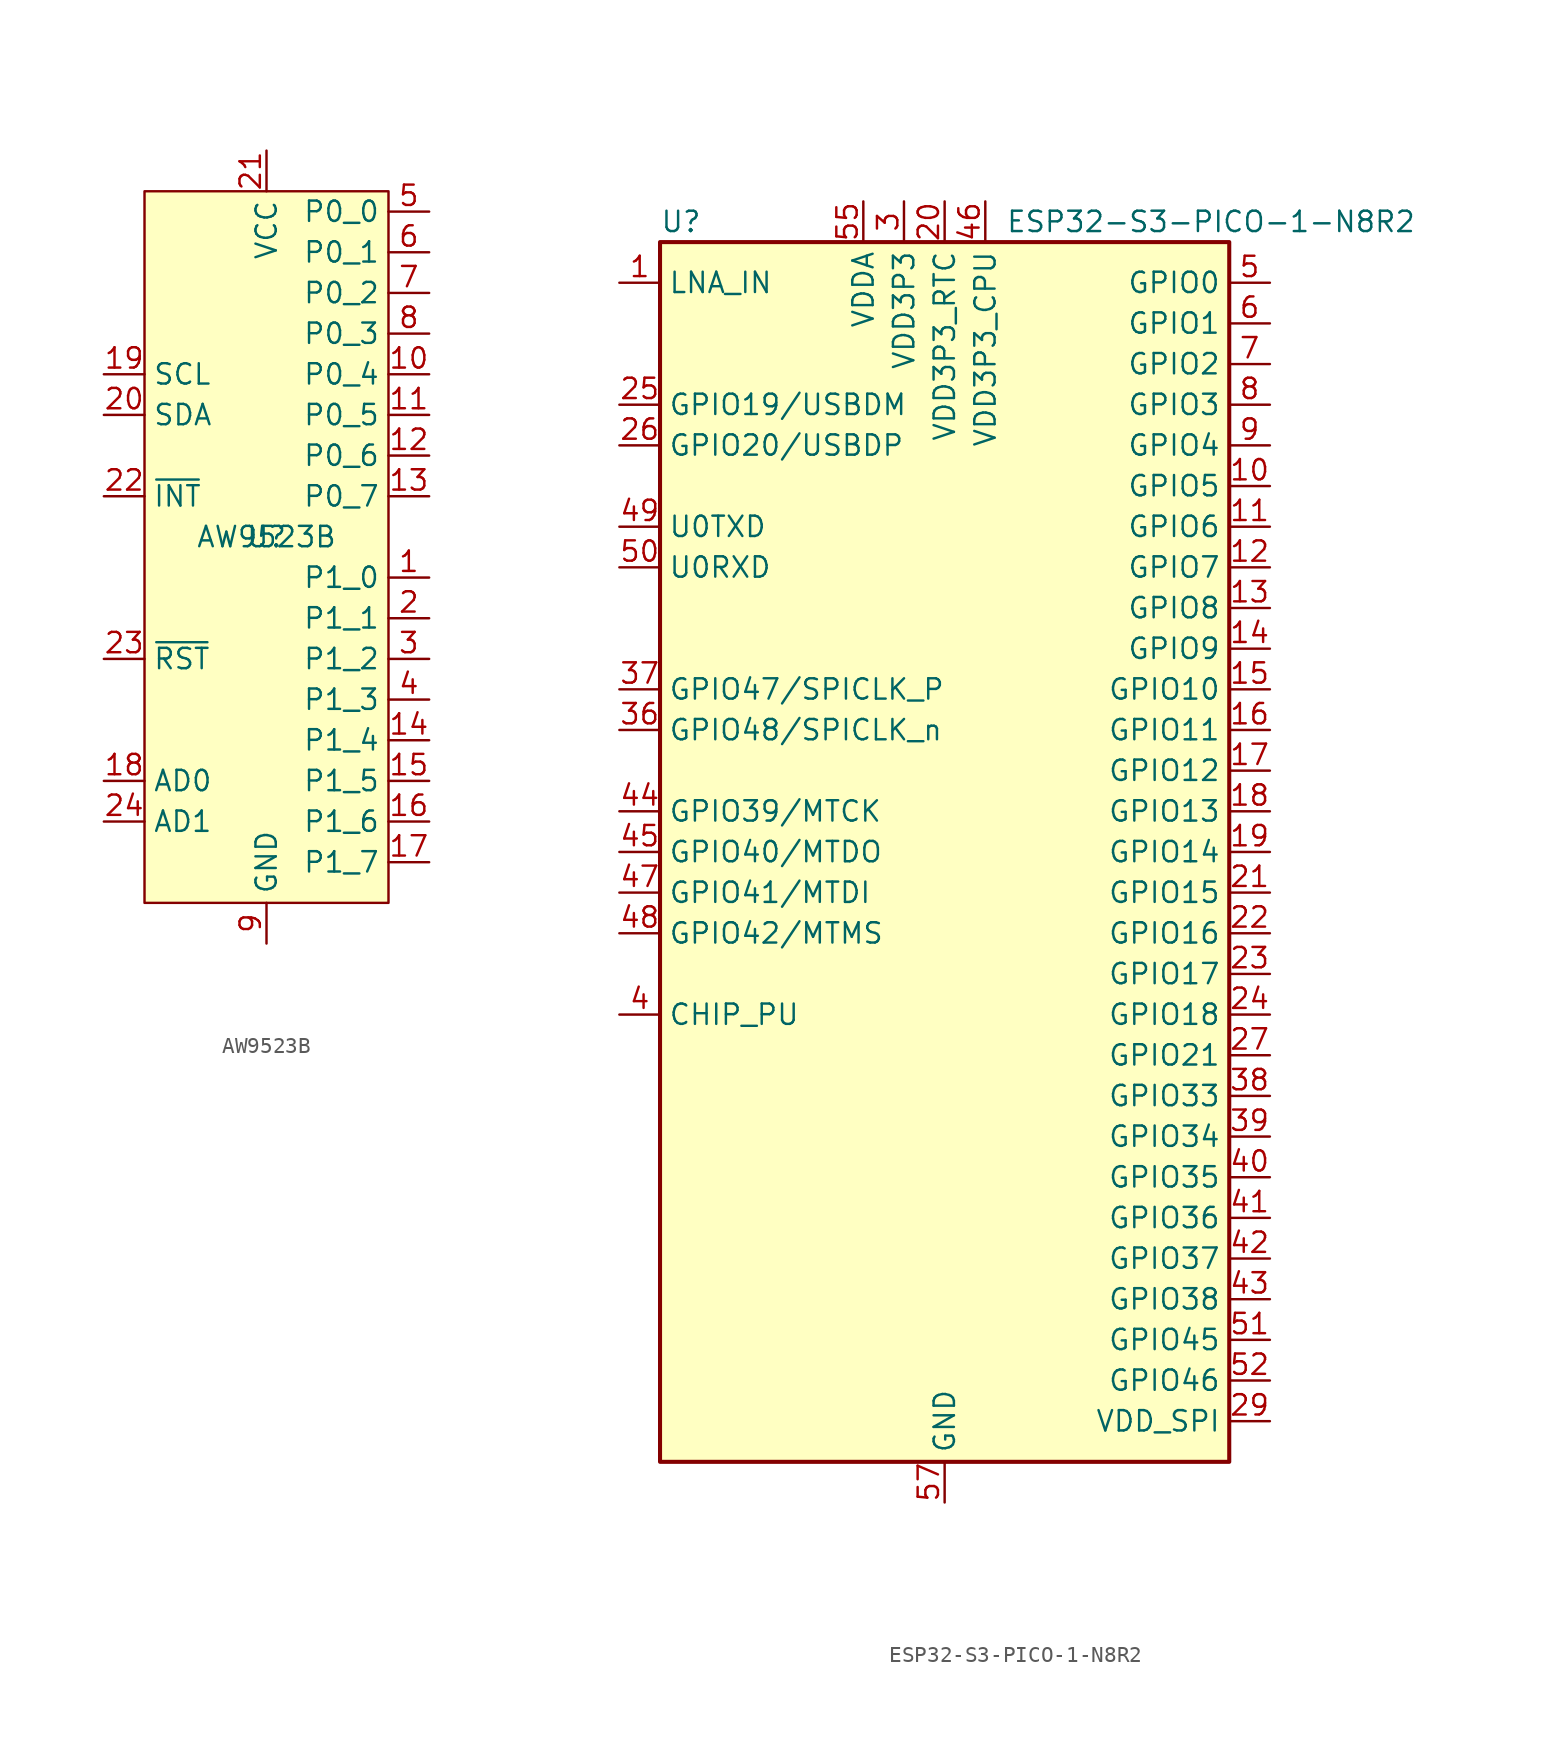
<source format=kicad_sym>
(kicad_symbol_lib
  (version 20220914)
  (generator kicad_symbol_editor)
  (symbol "AW9523B"
    (property "Reference" "U"
      (at 0 0 0)
      (effects (font (size 1.27 1.27))))
    (property "Value" "AW9523B"
      (at 0 0 0)
      (effects (font (size 1.27 1.27))))
    (symbol "AW9523B_1_1"
      (rectangle (start -7.62 21.59) (end 7.62 -22.86) (stroke (width 0) (type default)) (fill (type background)))
      (pin tri_state line (at 10.16 -2.54 180) (length 2.54) (name "P1_0" (effects (font (size 1.27 1.27)))) (number "1" (effects (font (size 1.27 1.27)))))
      (pin tri_state line (at 10.16 10.16 180) (length 2.54) (name "P0_4" (effects (font (size 1.27 1.27)))) (number "10" (effects (font (size 1.27 1.27)))))
      (pin tri_state line (at 10.16 7.62 180) (length 2.54) (name "P0_5" (effects (font (size 1.27 1.27)))) (number "11" (effects (font (size 1.27 1.27)))))
      (pin tri_state line (at 10.16 5.08 180) (length 2.54) (name "P0_6" (effects (font (size 1.27 1.27)))) (number "12" (effects (font (size 1.27 1.27)))))
      (pin tri_state line (at 10.16 2.54 180) (length 2.54) (name "P0_7" (effects (font (size 1.27 1.27)))) (number "13" (effects (font (size 1.27 1.27)))))
      (pin tri_state line (at 10.16 -12.7 180) (length 2.54) (name "P1_4" (effects (font (size 1.27 1.27)))) (number "14" (effects (font (size 1.27 1.27)))))
      (pin tri_state line (at 10.16 -15.24 180) (length 2.54) (name "P1_5" (effects (font (size 1.27 1.27)))) (number "15" (effects (font (size 1.27 1.27)))))
      (pin tri_state line (at 10.16 -17.78 180) (length 2.54) (name "P1_6" (effects (font (size 1.27 1.27)))) (number "16" (effects (font (size 1.27 1.27)))))
      (pin tri_state line (at 10.16 -20.32 180) (length 2.54) (name "P1_7" (effects (font (size 1.27 1.27)))) (number "17" (effects (font (size 1.27 1.27)))))
      (pin input line (at -10.16 -15.24 0) (length 2.54) (name "AD0" (effects (font (size 1.27 1.27)))) (number "18" (effects (font (size 1.27 1.27)))))
      (pin input line (at -10.16 10.16 0) (length 2.54) (name "SCL" (effects (font (size 1.27 1.27)))) (number "19" (effects (font (size 1.27 1.27)))))
      (pin tri_state line (at 10.16 -5.08 180) (length 2.54) (name "P1_1" (effects (font (size 1.27 1.27)))) (number "2" (effects (font (size 1.27 1.27)))))
      (pin input line (at -10.16 7.62 0) (length 2.54) (name "SDA" (effects (font (size 1.27 1.27)))) (number "20" (effects (font (size 1.27 1.27)))))
      (pin power_in line (at 0 24.13 270) (length 2.54) (name "VCC" (effects (font (size 1.27 1.27)))) (number "21" (effects (font (size 1.27 1.27)))))
      (pin open_collector line (at -10.16 2.54 0) (length 2.54) (name "~{INT}" (effects (font (size 1.27 1.27)))) (number "22" (effects (font (size 1.27 1.27)))))
      (pin input line (at -10.16 -7.62 0) (length 2.54) (name "~{RST}" (effects (font (size 1.27 1.27)))) (number "23" (effects (font (size 1.27 1.27)))))
      (pin input line (at -10.16 -17.78 0) (length 2.54) (name "AD1" (effects (font (size 1.27 1.27)))) (number "24" (effects (font (size 1.27 1.27)))))
      (pin passive line (at 0 -25.4 90) (length 2.54) hide (name "GND" (effects (font (size 1.27 1.27)))) (number "25" (effects (font (size 1.27 1.27)))))
      (pin tri_state line (at 10.16 -7.62 180) (length 2.54) (name "P1_2" (effects (font (size 1.27 1.27)))) (number "3" (effects (font (size 1.27 1.27)))))
      (pin tri_state line (at 10.16 -10.16 180) (length 2.54) (name "P1_3" (effects (font (size 1.27 1.27)))) (number "4" (effects (font (size 1.27 1.27)))))
      (pin tri_state line (at 10.16 20.32 180) (length 2.54) (name "P0_0" (effects (font (size 1.27 1.27)))) (number "5" (effects (font (size 1.27 1.27)))))
      (pin tri_state line (at 10.16 17.78 180) (length 2.54) (name "P0_1" (effects (font (size 1.27 1.27)))) (number "6" (effects (font (size 1.27 1.27)))))
      (pin tri_state line (at 10.16 15.24 180) (length 2.54) (name "P0_2" (effects (font (size 1.27 1.27)))) (number "7" (effects (font (size 1.27 1.27)))))
      (pin tri_state line (at 10.16 12.7 180) (length 2.54) (name "P0_3" (effects (font (size 1.27 1.27)))) (number "8" (effects (font (size 1.27 1.27)))))
      (pin power_in line (at 0 -25.4 90) (length 2.54) (name "GND" (effects (font (size 1.27 1.27)))) (number "9" (effects (font (size 1.27 1.27)))))))
  (symbol "ESP32-S3-PICO-1-N8R2"
    (property "Reference" "U"
      (at -17.78 39.37 0)
      (effects (font (size 1.27 1.27)) (justify left)))
    (property "Value" "ESP32-S3-PICO-1-N8R2"
      (at 3.81 39.37 0)
      (effects (font (size 1.27 1.27)) (justify left)))
    (symbol "ESP32-S3-PICO-1-N8R2_0_1"
      (rectangle (start -17.78 38.1) (end 17.78 -38.1) (stroke (width 0.254) (type default)) (fill (type background))))
    (symbol "ESP32-S3-PICO-1-N8R2_1_0"
      (pin bidirectional line (at -20.32 35.56 0) (length 2.54) (name "LNA_IN" (effects (font (size 1.27 1.27)))) (number "1" (effects (font (size 1.27 1.27)))))
      (pin bidirectional line (at 20.32 22.86 180) (length 2.54) (name "GPIO5" (effects (font (size 1.27 1.27)))) (number "10" (effects (font (size 1.27 1.27)))))
      (pin bidirectional line (at 20.32 20.32 180) (length 2.54) (name "GPIO6" (effects (font (size 1.27 1.27)))) (number "11" (effects (font (size 1.27 1.27)))))
      (pin bidirectional line (at 20.32 17.78 180) (length 2.54) (name "GPIO7" (effects (font (size 1.27 1.27)))) (number "12" (effects (font (size 1.27 1.27)))))
      (pin bidirectional line (at 20.32 15.24 180) (length 2.54) (name "GPIO8" (effects (font (size 1.27 1.27)))) (number "13" (effects (font (size 1.27 1.27)))))
      (pin bidirectional line (at 20.32 12.7 180) (length 2.54) (name "GPIO9" (effects (font (size 1.27 1.27)))) (number "14" (effects (font (size 1.27 1.27)))))
      (pin bidirectional line (at 20.32 10.16 180) (length 2.54) (name "GPIO10" (effects (font (size 1.27 1.27)))) (number "15" (effects (font (size 1.27 1.27)))))
      (pin bidirectional line (at 20.32 7.62 180) (length 2.54) (name "GPIO11" (effects (font (size 1.27 1.27)))) (number "16" (effects (font (size 1.27 1.27)))))
      (pin bidirectional line (at 20.32 5.08 180) (length 2.54) (name "GPIO12" (effects (font (size 1.27 1.27)))) (number "17" (effects (font (size 1.27 1.27)))))
      (pin bidirectional line (at 20.32 2.54 180) (length 2.54) (name "GPIO13" (effects (font (size 1.27 1.27)))) (number "18" (effects (font (size 1.27 1.27)))))
      (pin bidirectional line (at 20.32 0 180) (length 2.54) (name "GPIO14" (effects (font (size 1.27 1.27)))) (number "19" (effects (font (size 1.27 1.27)))))
      (pin passive line (at -2.54 40.64 270) (length 2.54) hide (name "VDD3P3" (effects (font (size 1.27 1.27)))) (number "2" (effects (font (size 1.27 1.27)))))
      (pin power_in line (at 0 40.64 270) (length 2.54) (name "VDD3P3_RTC" (effects (font (size 1.27 1.27)))) (number "20" (effects (font (size 1.27 1.27)))))
      (pin bidirectional line (at 20.32 -2.54 180) (length 2.54) (name "GPIO15" (effects (font (size 1.27 1.27)))) (number "21" (effects (font (size 1.27 1.27)))))
      (pin bidirectional line (at 20.32 -5.08 180) (length 2.54) (name "GPIO16" (effects (font (size 1.27 1.27)))) (number "22" (effects (font (size 1.27 1.27)))))
      (pin bidirectional line (at 20.32 -7.62 180) (length 2.54) (name "GPIO17" (effects (font (size 1.27 1.27)))) (number "23" (effects (font (size 1.27 1.27)))))
      (pin bidirectional line (at 20.32 -10.16 180) (length 2.54) (name "GPIO18" (effects (font (size 1.27 1.27)))) (number "24" (effects (font (size 1.27 1.27)))))
      (pin bidirectional line (at -20.32 27.94 0) (length 2.54) (name "GPIO19/USBDM" (effects (font (size 1.27 1.27)))) (number "25" (effects (font (size 1.27 1.27)))))
      (pin bidirectional line (at -20.32 25.4 0) (length 2.54) (name "GPIO20/USBDP" (effects (font (size 1.27 1.27)))) (number "26" (effects (font (size 1.27 1.27)))))
      (pin bidirectional line (at 20.32 -12.7 180) (length 2.54) (name "GPIO21" (effects (font (size 1.27 1.27)))) (number "27" (effects (font (size 1.27 1.27)))))
      (pin no_connect line (at -17.78 -20.32 0) (length 2.54) hide (name "SPICS1" (effects (font (size 1.27 1.27)))) (number "28" (effects (font (size 1.27 1.27)))))
      (pin power_out line (at 20.32 -35.56 180) (length 2.54) (name "VDD_SPI" (effects (font (size 1.27 1.27)))) (number "29" (effects (font (size 1.27 1.27)))))
      (pin power_in line (at -2.54 40.64 270) (length 2.54) (name "VDD3P3" (effects (font (size 1.27 1.27)))) (number "3" (effects (font (size 1.27 1.27)))))
      (pin no_connect line (at -17.78 -22.86 0) (length 2.54) hide (name "NC" (effects (font (size 1.27 1.27)))) (number "30" (effects (font (size 1.27 1.27)))))
      (pin no_connect line (at -17.78 -25.4 0) (length 2.54) hide (name "NC" (effects (font (size 1.27 1.27)))) (number "31" (effects (font (size 1.27 1.27)))))
      (pin no_connect line (at -17.78 -27.94 0) (length 2.54) hide (name "NC" (effects (font (size 1.27 1.27)))) (number "32" (effects (font (size 1.27 1.27)))))
      (pin no_connect line (at -17.78 -30.48 0) (length 2.54) hide (name "NC" (effects (font (size 1.27 1.27)))) (number "33" (effects (font (size 1.27 1.27)))))
      (pin no_connect line (at -17.78 -33.02 0) (length 2.54) hide (name "NC" (effects (font (size 1.27 1.27)))) (number "34" (effects (font (size 1.27 1.27)))))
      (pin no_connect line (at -17.78 -35.56 0) (length 2.54) hide (name "NC" (effects (font (size 1.27 1.27)))) (number "35" (effects (font (size 1.27 1.27)))))
      (pin bidirectional line (at -20.32 7.62 0) (length 2.54) (name "GPIO48/SPICLK_n" (effects (font (size 1.27 1.27)))) (number "36" (effects (font (size 1.27 1.27)))))
      (pin bidirectional line (at -20.32 10.16 0) (length 2.54) (name "GPIO47/SPICLK_P" (effects (font (size 1.27 1.27)))) (number "37" (effects (font (size 1.27 1.27)))))
      (pin bidirectional line (at 20.32 -15.24 180) (length 2.54) (name "GPIO33" (effects (font (size 1.27 1.27)))) (number "38" (effects (font (size 1.27 1.27)))))
      (pin bidirectional line (at 20.32 -17.78 180) (length 2.54) (name "GPIO34" (effects (font (size 1.27 1.27)))) (number "39" (effects (font (size 1.27 1.27)))))
      (pin input line (at -20.32 -10.16 0) (length 2.54) (name "CHIP_PU" (effects (font (size 1.27 1.27)))) (number "4" (effects (font (size 1.27 1.27)))))
      (pin bidirectional line (at 20.32 -20.32 180) (length 2.54) (name "GPIO35" (effects (font (size 1.27 1.27)))) (number "40" (effects (font (size 1.27 1.27)))))
      (pin bidirectional line (at 20.32 -22.86 180) (length 2.54) (name "GPIO36" (effects (font (size 1.27 1.27)))) (number "41" (effects (font (size 1.27 1.27)))))
      (pin bidirectional line (at 20.32 -25.4 180) (length 2.54) (name "GPIO37" (effects (font (size 1.27 1.27)))) (number "42" (effects (font (size 1.27 1.27)))))
      (pin bidirectional line (at 20.32 -27.94 180) (length 2.54) (name "GPIO38" (effects (font (size 1.27 1.27)))) (number "43" (effects (font (size 1.27 1.27)))))
      (pin bidirectional line (at -20.32 2.54 0) (length 2.54) (name "GPIO39/MTCK" (effects (font (size 1.27 1.27)))) (number "44" (effects (font (size 1.27 1.27)))))
      (pin bidirectional line (at -20.32 0 0) (length 2.54) (name "GPIO40/MTDO" (effects (font (size 1.27 1.27)))) (number "45" (effects (font (size 1.27 1.27)))))
      (pin power_in line (at 2.54 40.64 270) (length 2.54) (name "VDD3P3_CPU" (effects (font (size 1.27 1.27)))) (number "46" (effects (font (size 1.27 1.27)))))
      (pin bidirectional line (at -20.32 -2.54 0) (length 2.54) (name "GPIO41/MTDI" (effects (font (size 1.27 1.27)))) (number "47" (effects (font (size 1.27 1.27)))))
      (pin bidirectional line (at -20.32 -5.08 0) (length 2.54) (name "GPIO42/MTMS" (effects (font (size 1.27 1.27)))) (number "48" (effects (font (size 1.27 1.27)))))
      (pin output line (at -20.32 20.32 0) (length 2.54) (name "U0TXD" (effects (font (size 1.27 1.27)))) (number "49" (effects (font (size 1.27 1.27)))))
      (pin bidirectional line (at 20.32 35.56 180) (length 2.54) (name "GPIO0" (effects (font (size 1.27 1.27)))) (number "5" (effects (font (size 1.27 1.27)))))
      (pin input line (at -20.32 17.78 0) (length 2.54) (name "U0RXD" (effects (font (size 1.27 1.27)))) (number "50" (effects (font (size 1.27 1.27)))))
      (pin bidirectional line (at 20.32 -30.48 180) (length 2.54) (name "GPIO45" (effects (font (size 1.27 1.27)))) (number "51" (effects (font (size 1.27 1.27)))))
      (pin bidirectional line (at 20.32 -33.02 180) (length 2.54) (name "GPIO46" (effects (font (size 1.27 1.27)))) (number "52" (effects (font (size 1.27 1.27)))))
      (pin power_in line (at -5.08 40.64 270) (length 2.54) (name "VDDA" (effects (font (size 1.27 1.27)))) (number "55" (effects (font (size 1.27 1.27)))))
      (pin passive line (at -5.08 40.64 270) (length 2.54) hide (name "VDDA" (effects (font (size 1.27 1.27)))) (number "56" (effects (font (size 1.27 1.27)))))
      (pin power_in line (at 0 -40.64 90) (length 2.54) (name "GND" (effects (font (size 1.27 1.27)))) (number "57" (effects (font (size 1.27 1.27)))))
      (pin bidirectional line (at 20.32 33.02 180) (length 2.54) (name "GPIO1" (effects (font (size 1.27 1.27)))) (number "6" (effects (font (size 1.27 1.27)))))
      (pin bidirectional line (at 20.32 30.48 180) (length 2.54) (name "GPIO2" (effects (font (size 1.27 1.27)))) (number "7" (effects (font (size 1.27 1.27)))))
      (pin bidirectional line (at 20.32 27.94 180) (length 2.54) (name "GPIO3" (effects (font (size 1.27 1.27)))) (number "8" (effects (font (size 1.27 1.27)))))
      (pin bidirectional line (at 20.32 25.4 180) (length 2.54) (name "GPIO4" (effects (font (size 1.27 1.27)))) (number "9" (effects (font (size 1.27 1.27))))))))
</source>
